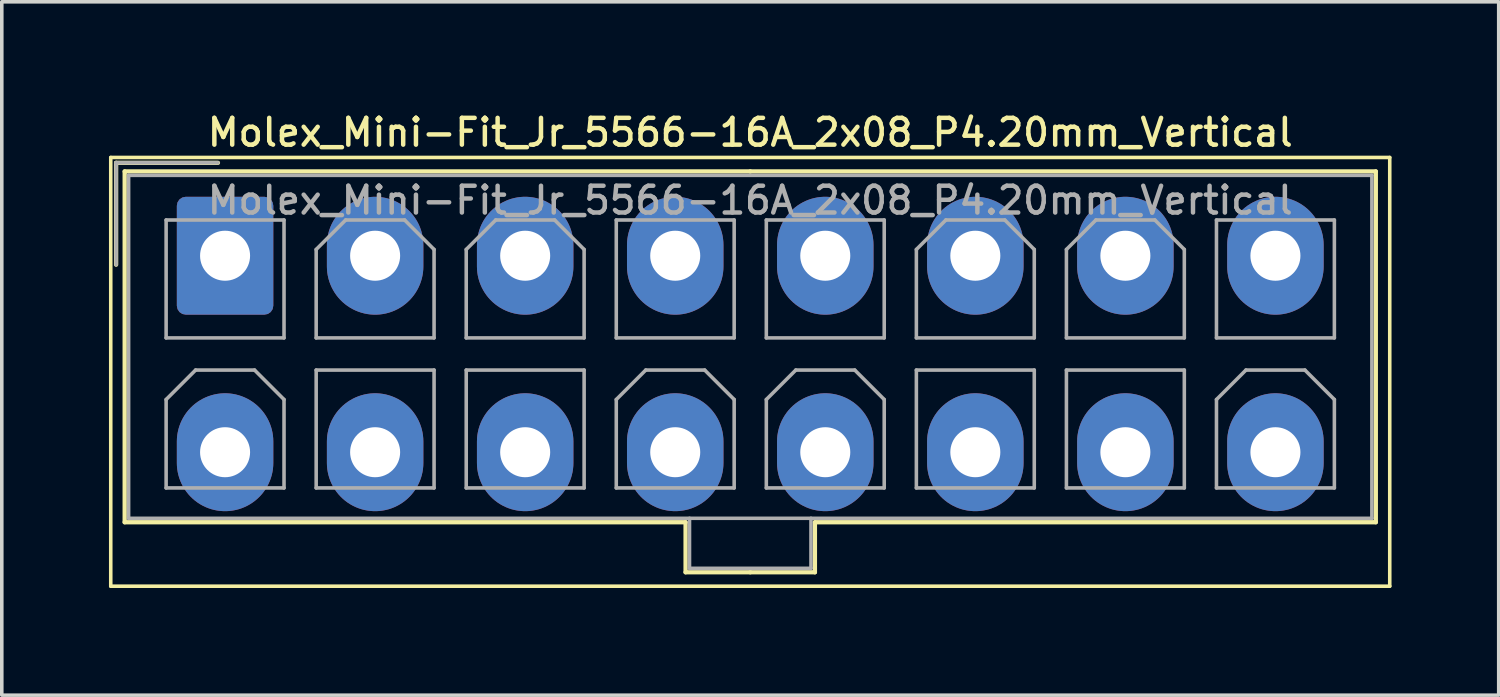
<source format=kicad_pcb>
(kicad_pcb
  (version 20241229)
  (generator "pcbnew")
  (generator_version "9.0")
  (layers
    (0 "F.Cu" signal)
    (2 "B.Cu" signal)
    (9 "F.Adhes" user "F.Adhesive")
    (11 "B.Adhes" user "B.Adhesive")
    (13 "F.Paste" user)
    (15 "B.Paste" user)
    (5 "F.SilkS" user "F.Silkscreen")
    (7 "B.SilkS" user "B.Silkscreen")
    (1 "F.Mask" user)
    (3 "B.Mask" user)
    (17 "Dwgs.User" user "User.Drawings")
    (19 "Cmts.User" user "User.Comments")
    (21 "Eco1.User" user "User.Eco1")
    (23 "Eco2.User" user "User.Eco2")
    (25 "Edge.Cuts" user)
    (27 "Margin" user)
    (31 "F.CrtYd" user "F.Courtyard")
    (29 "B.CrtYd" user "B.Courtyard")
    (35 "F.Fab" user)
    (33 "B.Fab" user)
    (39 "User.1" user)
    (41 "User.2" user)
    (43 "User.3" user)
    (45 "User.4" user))
  (footprint "Molex_Mini-Fit_Jr_5566-16A_2x08_P4.20mm_Vertical"
    (layer "F.Cu")
    (at 3.25 4.108)
    (property "Reference" "Molex_Mini-Fit_Jr_5566-16A_2x08_P4.20mm_Vertical" (at 14.7 -3.45 0) (layer "F.SilkS") (effects (font (size 0.75 0.75) (thickness 0.125))))
    (attr through_hole)
    (fp_line (start -3.2 -2.75) (end -3.2 9.25) (stroke (width 0.1) (type solid)) (layer "F.SilkS"))
    (fp_line (start -3.2 9.25) (end 32.6 9.25) (stroke (width 0.1) (type solid)) (layer "F.SilkS"))
    (fp_line (start -3.05 -2.6) (end -3.05 0.25) (stroke (width 0.12) (type solid)) (layer "F.SilkS"))
    (fp_line (start -2.81 -2.36) (end -2.81 7.46) (stroke (width 0.12) (type solid)) (layer "F.SilkS"))
    (fp_line (start -2.81 7.46) (end 12.89 7.46) (stroke (width 0.12) (type solid)) (layer "F.SilkS"))
    (fp_line (start -0.2 -2.6) (end -3.05 -2.6) (stroke (width 0.12) (type solid)) (layer "F.SilkS"))
    (fp_line (start 12.89 7.46) (end 12.89 8.86) (stroke (width 0.12) (type solid)) (layer "F.SilkS"))
    (fp_line (start 12.89 8.86) (end 14.7 8.86) (stroke (width 0.12) (type solid)) (layer "F.SilkS"))
    (fp_line (start 14.7 -2.36) (end -2.81 -2.36) (stroke (width 0.12) (type solid)) (layer "F.SilkS"))
    (fp_line (start 14.7 -2.36) (end 32.21 -2.36) (stroke (width 0.12) (type solid)) (layer "F.SilkS"))
    (fp_line (start 16.51 7.46) (end 16.51 8.86) (stroke (width 0.12) (type solid)) (layer "F.SilkS"))
    (fp_line (start 16.51 8.86) (end 14.7 8.86) (stroke (width 0.12) (type solid)) (layer "F.SilkS"))
    (fp_line (start 32.21 -2.36) (end 32.21 7.46) (stroke (width 0.12) (type solid)) (layer "F.SilkS"))
    (fp_line (start 32.21 7.46) (end 16.51 7.46) (stroke (width 0.12) (type solid)) (layer "F.SilkS"))
    (fp_line (start 32.6 -2.75) (end -3.2 -2.75) (stroke (width 0.1) (type solid)) (layer "F.SilkS"))
    (fp_line (start 32.6 9.25) (end 32.6 -2.75) (stroke (width 0.1) (type solid)) (layer "F.SilkS"))
    (fp_line (start -3.05 -2.6) (end -3.05 0.25) (stroke (width 0.1) (type solid)) (layer "F.Fab"))
    (fp_line (start -2.7 -2.25) (end -2.7 7.35) (stroke (width 0.1) (type solid)) (layer "F.Fab"))
    (fp_line (start -2.7 7.35) (end 32.1 7.35) (stroke (width 0.1) (type solid)) (layer "F.Fab"))
    (fp_line (start -1.65 -1) (end -1.65 2.3) (stroke (width 0.1) (type solid)) (layer "F.Fab"))
    (fp_line (start -1.65 2.3) (end 1.65 2.3) (stroke (width 0.1) (type solid)) (layer "F.Fab"))
    (fp_line (start -1.65 4.025) (end -0.825 3.2) (stroke (width 0.1) (type solid)) (layer "F.Fab"))
    (fp_line (start -1.65 6.5) (end -1.65 4.025) (stroke (width 0.1) (type solid)) (layer "F.Fab"))
    (fp_line (start -0.825 3.2) (end 0.825 3.2) (stroke (width 0.1) (type solid)) (layer "F.Fab"))
    (fp_line (start -0.2 -2.6) (end -3.05 -2.6) (stroke (width 0.1) (type solid)) (layer "F.Fab"))
    (fp_line (start 0.825 3.2) (end 1.65 4.025) (stroke (width 0.1) (type solid)) (layer "F.Fab"))
    (fp_line (start 1.65 -1) (end -1.65 -1) (stroke (width 0.1) (type solid)) (layer "F.Fab"))
    (fp_line (start 1.65 2.3) (end 1.65 -1) (stroke (width 0.1) (type solid)) (layer "F.Fab"))
    (fp_line (start 1.65 4.025) (end 1.65 6.5) (stroke (width 0.1) (type solid)) (layer "F.Fab"))
    (fp_line (start 1.65 6.5) (end -1.65 6.5) (stroke (width 0.1) (type solid)) (layer "F.Fab"))
    (fp_line (start 2.55 -0.175) (end 3.375 -1) (stroke (width 0.1) (type solid)) (layer "F.Fab"))
    (fp_line (start 2.55 2.3) (end 2.55 -0.175) (stroke (width 0.1) (type solid)) (layer "F.Fab"))
    (fp_line (start 2.55 3.2) (end 2.55 6.5) (stroke (width 0.1) (type solid)) (layer "F.Fab"))
    (fp_line (start 2.55 6.5) (end 5.85 6.5) (stroke (width 0.1) (type solid)) (layer "F.Fab"))
    (fp_line (start 3.375 -1) (end 5.025 -1) (stroke (width 0.1) (type solid)) (layer "F.Fab"))
    (fp_line (start 5.025 -1) (end 5.85 -0.175) (stroke (width 0.1) (type solid)) (layer "F.Fab"))
    (fp_line (start 5.85 -0.175) (end 5.85 2.3) (stroke (width 0.1) (type solid)) (layer "F.Fab"))
    (fp_line (start 5.85 2.3) (end 2.55 2.3) (stroke (width 0.1) (type solid)) (layer "F.Fab"))
    (fp_line (start 5.85 3.2) (end 2.55 3.2) (stroke (width 0.1) (type solid)) (layer "F.Fab"))
    (fp_line (start 5.85 6.5) (end 5.85 3.2) (stroke (width 0.1) (type solid)) (layer "F.Fab"))
    (fp_line (start 6.75 -0.175) (end 7.575 -1) (stroke (width 0.1) (type solid)) (layer "F.Fab"))
    (fp_line (start 6.75 2.3) (end 6.75 -0.175) (stroke (width 0.1) (type solid)) (layer "F.Fab"))
    (fp_line (start 6.75 3.2) (end 6.75 6.5) (stroke (width 0.1) (type solid)) (layer "F.Fab"))
    (fp_line (start 6.75 6.5) (end 10.05 6.5) (stroke (width 0.1) (type solid)) (layer "F.Fab"))
    (fp_line (start 7.575 -1) (end 9.225 -1) (stroke (width 0.1) (type solid)) (layer "F.Fab"))
    (fp_line (start 9.225 -1) (end 10.05 -0.175) (stroke (width 0.1) (type solid)) (layer "F.Fab"))
    (fp_line (start 10.05 -0.175) (end 10.05 2.3) (stroke (width 0.1) (type solid)) (layer "F.Fab"))
    (fp_line (start 10.05 2.3) (end 6.75 2.3) (stroke (width 0.1) (type solid)) (layer "F.Fab"))
    (fp_line (start 10.05 3.2) (end 6.75 3.2) (stroke (width 0.1) (type solid)) (layer "F.Fab"))
    (fp_line (start 10.05 6.5) (end 10.05 3.2) (stroke (width 0.1) (type solid)) (layer "F.Fab"))
    (fp_line (start 10.95 -1) (end 10.95 2.3) (stroke (width 0.1) (type solid)) (layer "F.Fab"))
    (fp_line (start 10.95 2.3) (end 14.25 2.3) (stroke (width 0.1) (type solid)) (layer "F.Fab"))
    (fp_line (start 10.95 4.025) (end 11.775 3.2) (stroke (width 0.1) (type solid)) (layer "F.Fab"))
    (fp_line (start 10.95 6.5) (end 10.95 4.025) (stroke (width 0.1) (type solid)) (layer "F.Fab"))
    (fp_line (start 11.775 3.2) (end 13.425 3.2) (stroke (width 0.1) (type solid)) (layer "F.Fab"))
    (fp_line (start 13 7.35) (end 13 8.75) (stroke (width 0.1) (type solid)) (layer "F.Fab"))
    (fp_line (start 13 8.75) (end 16.4 8.75) (stroke (width 0.1) (type solid)) (layer "F.Fab"))
    (fp_line (start 13.425 3.2) (end 14.25 4.025) (stroke (width 0.1) (type solid)) (layer "F.Fab"))
    (fp_line (start 14.25 -1) (end 10.95 -1) (stroke (width 0.1) (type solid)) (layer "F.Fab"))
    (fp_line (start 14.25 2.3) (end 14.25 -1) (stroke (width 0.1) (type solid)) (layer "F.Fab"))
    (fp_line (start 14.25 4.025) (end 14.25 6.5) (stroke (width 0.1) (type solid)) (layer "F.Fab"))
    (fp_line (start 14.25 6.5) (end 10.95 6.5) (stroke (width 0.1) (type solid)) (layer "F.Fab"))
    (fp_line (start 15.15 -1) (end 15.15 2.3) (stroke (width 0.1) (type solid)) (layer "F.Fab"))
    (fp_line (start 15.15 2.3) (end 18.45 2.3) (stroke (width 0.1) (type solid)) (layer "F.Fab"))
    (fp_line (start 15.15 4.025) (end 15.975 3.2) (stroke (width 0.1) (type solid)) (layer "F.Fab"))
    (fp_line (start 15.15 6.5) (end 15.15 4.025) (stroke (width 0.1) (type solid)) (layer "F.Fab"))
    (fp_line (start 15.975 3.2) (end 17.625 3.2) (stroke (width 0.1) (type solid)) (layer "F.Fab"))
    (fp_line (start 16.4 8.75) (end 16.4 7.35) (stroke (width 0.1) (type solid)) (layer "F.Fab"))
    (fp_line (start 17.625 3.2) (end 18.45 4.025) (stroke (width 0.1) (type solid)) (layer "F.Fab"))
    (fp_line (start 18.45 -1) (end 15.15 -1) (stroke (width 0.1) (type solid)) (layer "F.Fab"))
    (fp_line (start 18.45 2.3) (end 18.45 -1) (stroke (width 0.1) (type solid)) (layer "F.Fab"))
    (fp_line (start 18.45 4.025) (end 18.45 6.5) (stroke (width 0.1) (type solid)) (layer "F.Fab"))
    (fp_line (start 18.45 6.5) (end 15.15 6.5) (stroke (width 0.1) (type solid)) (layer "F.Fab"))
    (fp_line (start 19.35 -0.175) (end 20.175 -1) (stroke (width 0.1) (type solid)) (layer "F.Fab"))
    (fp_line (start 19.35 2.3) (end 19.35 -0.175) (stroke (width 0.1) (type solid)) (layer "F.Fab"))
    (fp_line (start 19.35 3.2) (end 19.35 6.5) (stroke (width 0.1) (type solid)) (layer "F.Fab"))
    (fp_line (start 19.35 6.5) (end 22.65 6.5) (stroke (width 0.1) (type solid)) (layer "F.Fab"))
    (fp_line (start 20.175 -1) (end 21.825 -1) (stroke (width 0.1) (type solid)) (layer "F.Fab"))
    (fp_line (start 21.825 -1) (end 22.65 -0.175) (stroke (width 0.1) (type solid)) (layer "F.Fab"))
    (fp_line (start 22.65 -0.175) (end 22.65 2.3) (stroke (width 0.1) (type solid)) (layer "F.Fab"))
    (fp_line (start 22.65 2.3) (end 19.35 2.3) (stroke (width 0.1) (type solid)) (layer "F.Fab"))
    (fp_line (start 22.65 3.2) (end 19.35 3.2) (stroke (width 0.1) (type solid)) (layer "F.Fab"))
    (fp_line (start 22.65 6.5) (end 22.65 3.2) (stroke (width 0.1) (type solid)) (layer "F.Fab"))
    (fp_line (start 23.55 -0.175) (end 24.375 -1) (stroke (width 0.1) (type solid)) (layer "F.Fab"))
    (fp_line (start 23.55 2.3) (end 23.55 -0.175) (stroke (width 0.1) (type solid)) (layer "F.Fab"))
    (fp_line (start 23.55 3.2) (end 23.55 6.5) (stroke (width 0.1) (type solid)) (layer "F.Fab"))
    (fp_line (start 23.55 6.5) (end 26.85 6.5) (stroke (width 0.1) (type solid)) (layer "F.Fab"))
    (fp_line (start 24.375 -1) (end 26.025 -1) (stroke (width 0.1) (type solid)) (layer "F.Fab"))
    (fp_line (start 26.025 -1) (end 26.85 -0.175) (stroke (width 0.1) (type solid)) (layer "F.Fab"))
    (fp_line (start 26.85 -0.175) (end 26.85 2.3) (stroke (width 0.1) (type solid)) (layer "F.Fab"))
    (fp_line (start 26.85 2.3) (end 23.55 2.3) (stroke (width 0.1) (type solid)) (layer "F.Fab"))
    (fp_line (start 26.85 3.2) (end 23.55 3.2) (stroke (width 0.1) (type solid)) (layer "F.Fab"))
    (fp_line (start 26.85 6.5) (end 26.85 3.2) (stroke (width 0.1) (type solid)) (layer "F.Fab"))
    (fp_line (start 27.75 -1) (end 27.75 2.3) (stroke (width 0.1) (type solid)) (layer "F.Fab"))
    (fp_line (start 27.75 2.3) (end 31.05 2.3) (stroke (width 0.1) (type solid)) (layer "F.Fab"))
    (fp_line (start 27.75 4.025) (end 28.575 3.2) (stroke (width 0.1) (type solid)) (layer "F.Fab"))
    (fp_line (start 27.75 6.5) (end 27.75 4.025) (stroke (width 0.1) (type solid)) (layer "F.Fab"))
    (fp_line (start 28.575 3.2) (end 30.225 3.2) (stroke (width 0.1) (type solid)) (layer "F.Fab"))
    (fp_line (start 30.225 3.2) (end 31.05 4.025) (stroke (width 0.1) (type solid)) (layer "F.Fab"))
    (fp_line (start 31.05 -1) (end 27.75 -1) (stroke (width 0.1) (type solid)) (layer "F.Fab"))
    (fp_line (start 31.05 2.3) (end 31.05 -1) (stroke (width 0.1) (type solid)) (layer "F.Fab"))
    (fp_line (start 31.05 4.025) (end 31.05 6.5) (stroke (width 0.1) (type solid)) (layer "F.Fab"))
    (fp_line (start 31.05 6.5) (end 27.75 6.5) (stroke (width 0.1) (type solid)) (layer "F.Fab"))
    (fp_line (start 32.1 -2.25) (end -2.7 -2.25) (stroke (width 0.1) (type solid)) (layer "F.Fab"))
    (fp_line (start 32.1 7.35) (end 32.1 -2.25) (stroke (width 0.1) (type solid)) (layer "F.Fab"))
    (fp_text user "${REFERENCE}" (at 14.7 -1.55 0) (layer "F.Fab") (effects (font (size 0.75 0.75) (thickness 0.125))))
    (pad "1" thru_hole roundrect (at 0 0) (size 2.7 3.3) (drill 1.4) (layers "*.Cu" "*.Mask") (roundrect_rratio 0.093))
    (pad "2" thru_hole oval (at 4.2 0) (size 2.7 3.3) (drill 1.4) (layers "*.Cu" "*.Mask"))
    (pad "3" thru_hole oval (at 8.4 0) (size 2.7 3.3) (drill 1.4) (layers "*.Cu" "*.Mask"))
    (pad "4" thru_hole oval (at 12.6 0) (size 2.7 3.3) (drill 1.4) (layers "*.Cu" "*.Mask"))
    (pad "5" thru_hole oval (at 16.8 0) (size 2.7 3.3) (drill 1.4) (layers "*.Cu" "*.Mask"))
    (pad "6" thru_hole oval (at 21 0) (size 2.7 3.3) (drill 1.4) (layers "*.Cu" "*.Mask"))
    (pad "7" thru_hole oval (at 25.2 0) (size 2.7 3.3) (drill 1.4) (layers "*.Cu" "*.Mask"))
    (pad "8" thru_hole oval (at 29.4 0) (size 2.7 3.3) (drill 1.4) (layers "*.Cu" "*.Mask"))
    (pad "9" thru_hole oval (at 0 5.5) (size 2.7 3.3) (drill 1.4) (layers "*.Cu" "*.Mask"))
    (pad "10" thru_hole oval (at 4.2 5.5) (size 2.7 3.3) (drill 1.4) (layers "*.Cu" "*.Mask"))
    (pad "11" thru_hole oval (at 8.4 5.5) (size 2.7 3.3) (drill 1.4) (layers "*.Cu" "*.Mask"))
    (pad "12" thru_hole oval (at 12.6 5.5) (size 2.7 3.3) (drill 1.4) (layers "*.Cu" "*.Mask"))
    (pad "13" thru_hole oval (at 16.8 5.5) (size 2.7 3.3) (drill 1.4) (layers "*.Cu" "*.Mask"))
    (pad "14" thru_hole oval (at 21 5.5) (size 2.7 3.3) (drill 1.4) (layers "*.Cu" "*.Mask"))
    (pad "15" thru_hole oval (at 25.2 5.5) (size 2.7 3.3) (drill 1.4) (layers "*.Cu" "*.Mask"))
    (pad "16" thru_hole oval (at 29.4 5.5) (size 2.7 3.3) (drill 1.4) (layers "*.Cu" "*.Mask")))
  (gr_rect
    (start -3 -3)
    (end 38.9 16.408)
    (stroke (width 0.1) (type default))
    (fill no)
    (layer "Edge.Cuts")))
</source>
